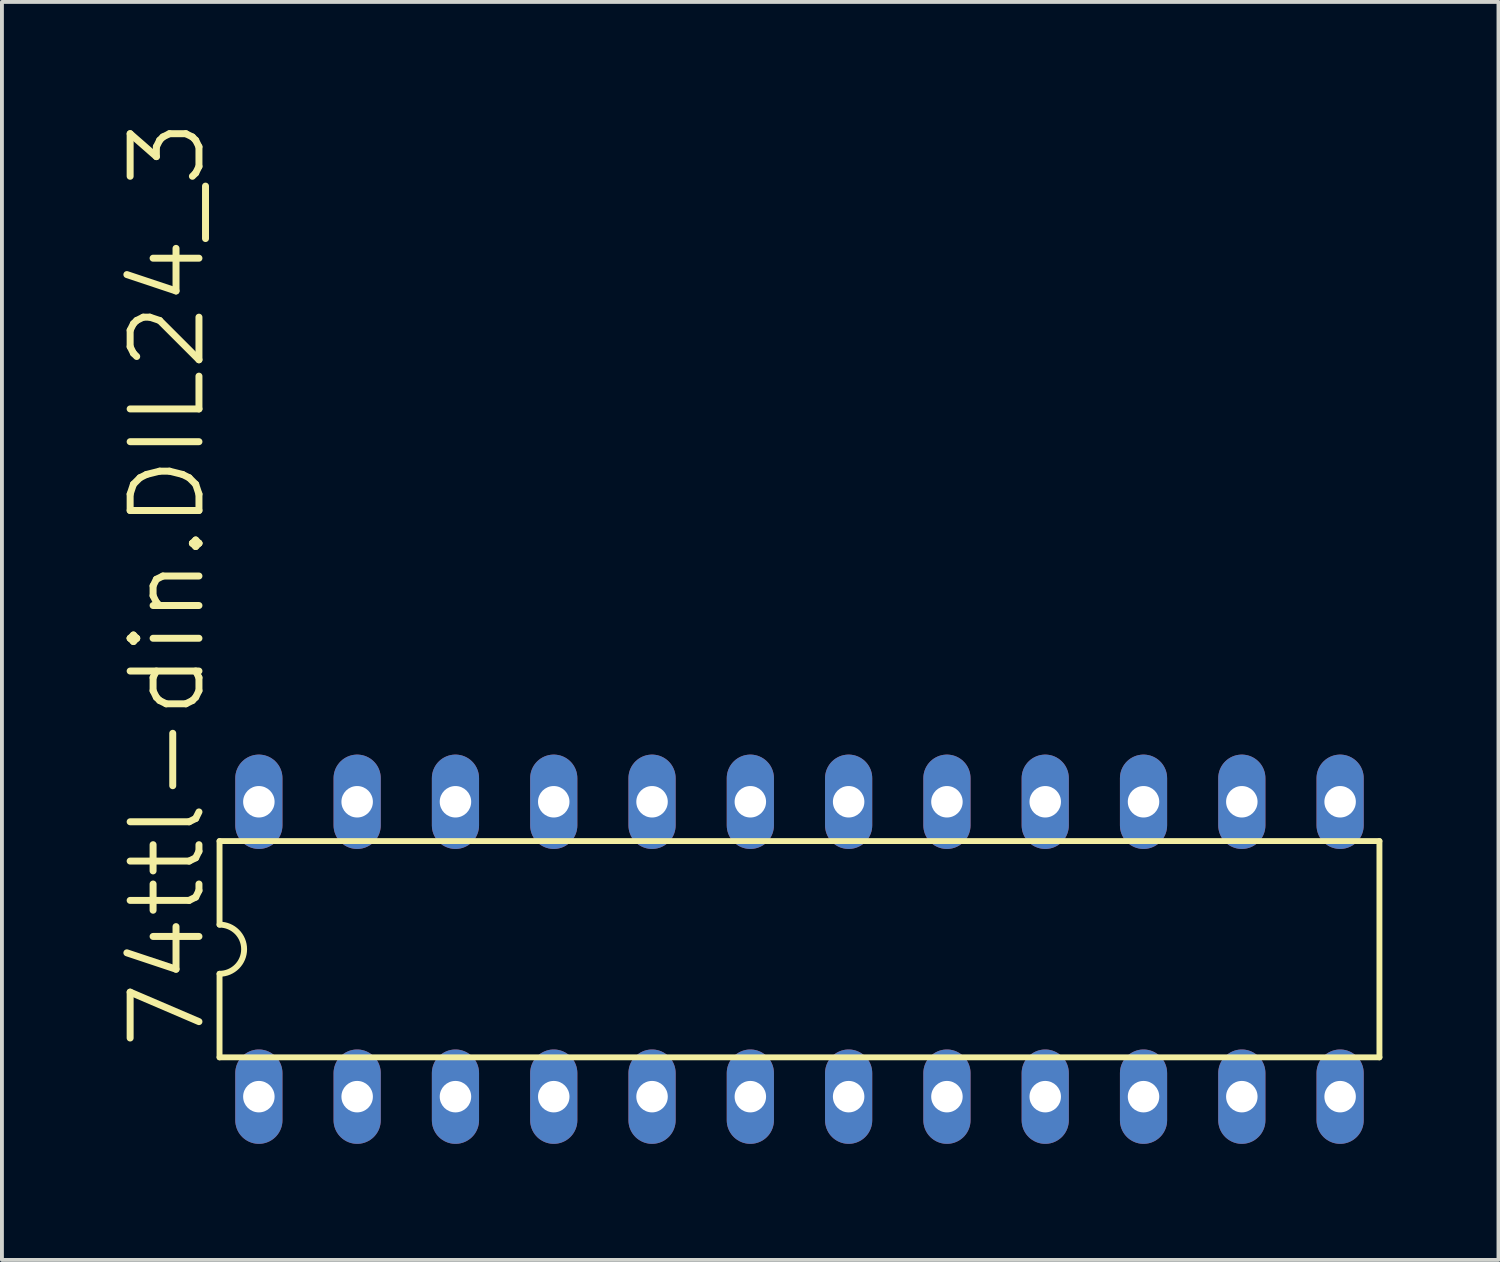
<source format=kicad_pcb>
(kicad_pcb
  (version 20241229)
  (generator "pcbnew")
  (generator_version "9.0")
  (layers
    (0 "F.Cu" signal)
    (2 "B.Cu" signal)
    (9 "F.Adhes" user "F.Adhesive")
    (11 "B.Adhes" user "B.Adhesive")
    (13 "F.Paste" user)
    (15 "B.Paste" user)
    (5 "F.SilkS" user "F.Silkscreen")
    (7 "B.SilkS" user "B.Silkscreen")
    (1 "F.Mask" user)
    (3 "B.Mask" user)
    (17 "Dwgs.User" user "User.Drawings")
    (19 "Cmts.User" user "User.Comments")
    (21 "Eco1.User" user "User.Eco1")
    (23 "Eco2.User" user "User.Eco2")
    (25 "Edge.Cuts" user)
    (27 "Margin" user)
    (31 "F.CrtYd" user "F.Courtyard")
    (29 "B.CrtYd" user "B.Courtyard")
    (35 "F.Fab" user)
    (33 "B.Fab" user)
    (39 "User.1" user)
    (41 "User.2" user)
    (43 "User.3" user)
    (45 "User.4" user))
  (footprint "74ttl-din.DIL24_3"
    (layer "F.Cu")
    (at 17.609 21.478)
    (property "Reference" "74ttl-din.DIL24_3" (at -15.291 2.667 90) (layer "F.SilkS") (effects (font (size 1.778 1.778) (thickness 0.18)) (justify left bottom)))
    (attr through_hole)
    (fp_line (start -14.986 -2.794) (end -14.986 -0.635) (stroke (width 0.152) (type default)) (layer "F.SilkS"))
    (fp_line (start -14.986 -2.794) (end 14.986 -2.794) (stroke (width 0.152) (type default)) (layer "F.SilkS"))
    (fp_line (start -14.986 0.635) (end -14.986 2.794) (stroke (width 0.152) (type default)) (layer "F.SilkS"))
    (fp_line (start -14.986 2.794) (end 14.986 2.794) (stroke (width 0.152) (type default)) (layer "F.SilkS"))
    (fp_line (start 14.986 2.794) (end 14.986 -2.794) (stroke (width 0.152) (type default)) (layer "F.SilkS"))
    (fp_arc (start -14.986 -0.635) (mid -14.351 0) (end -14.986 0.635) (stroke (width 0.1524) (type default)) (layer "F.SilkS"))
    (pad "1" thru_hole oval (at -13.97 3.81 90) (size 2.438 1.219) (drill 0.813) (layers "*.Cu" "*.Mask"))
    (pad "2" thru_hole oval (at -11.43 3.81 90) (size 2.438 1.219) (drill 0.813) (layers "*.Cu" "*.Mask"))
    (pad "3" thru_hole oval (at -8.89 3.81 90) (size 2.438 1.219) (drill 0.813) (layers "*.Cu" "*.Mask"))
    (pad "4" thru_hole oval (at -6.35 3.81 90) (size 2.438 1.219) (drill 0.813) (layers "*.Cu" "*.Mask"))
    (pad "5" thru_hole oval (at -3.81 3.81 90) (size 2.438 1.219) (drill 0.813) (layers "*.Cu" "*.Mask"))
    (pad "6" thru_hole oval (at -1.27 3.81 90) (size 2.438 1.219) (drill 0.813) (layers "*.Cu" "*.Mask"))
    (pad "7" thru_hole oval (at 1.27 3.81 90) (size 2.438 1.219) (drill 0.813) (layers "*.Cu" "*.Mask"))
    (pad "8" thru_hole oval (at 3.81 3.81 90) (size 2.438 1.219) (drill 0.813) (layers "*.Cu" "*.Mask"))
    (pad "9" thru_hole oval (at 6.35 3.81 90) (size 2.438 1.219) (drill 0.813) (layers "*.Cu" "*.Mask"))
    (pad "10" thru_hole oval (at 8.89 3.81 90) (size 2.438 1.219) (drill 0.813) (layers "*.Cu" "*.Mask"))
    (pad "11" thru_hole oval (at 11.43 3.81 90) (size 2.438 1.219) (drill 0.813) (layers "*.Cu" "*.Mask"))
    (pad "12" thru_hole oval (at 13.97 3.81 90) (size 2.438 1.219) (drill 0.813) (layers "*.Cu" "*.Mask"))
    (pad "13" thru_hole oval (at 13.97 -3.81 90) (size 2.438 1.219) (drill 0.813) (layers "*.Cu" "*.Mask"))
    (pad "14" thru_hole oval (at 11.43 -3.81 90) (size 2.438 1.219) (drill 0.813) (layers "*.Cu" "*.Mask"))
    (pad "15" thru_hole oval (at 8.89 -3.81 90) (size 2.438 1.219) (drill 0.813) (layers "*.Cu" "*.Mask"))
    (pad "16" thru_hole oval (at 6.35 -3.81 90) (size 2.438 1.219) (drill 0.813) (layers "*.Cu" "*.Mask"))
    (pad "17" thru_hole oval (at 3.81 -3.81 90) (size 2.438 1.219) (drill 0.813) (layers "*.Cu" "*.Mask"))
    (pad "18" thru_hole oval (at 1.27 -3.81 90) (size 2.438 1.219) (drill 0.813) (layers "*.Cu" "*.Mask"))
    (pad "19" thru_hole oval (at -1.27 -3.81 90) (size 2.438 1.219) (drill 0.813) (layers "*.Cu" "*.Mask"))
    (pad "20" thru_hole oval (at -3.81 -3.81 90) (size 2.438 1.219) (drill 0.813) (layers "*.Cu" "*.Mask"))
    (pad "21" thru_hole oval (at -6.35 -3.81 90) (size 2.438 1.219) (drill 0.813) (layers "*.Cu" "*.Mask"))
    (pad "22" thru_hole oval (at -8.89 -3.81 90) (size 2.438 1.219) (drill 0.813) (layers "*.Cu" "*.Mask"))
    (pad "23" thru_hole oval (at -11.43 -3.81 90) (size 2.438 1.219) (drill 0.813) (layers "*.Cu" "*.Mask"))
    (pad "24" thru_hole oval (at -13.97 -3.81 90) (size 2.438 1.219) (drill 0.813) (layers "*.Cu" "*.Mask")))
  (gr_rect
    (start -3 -3)
    (end 35.671 29.507)
    (stroke (width 0.1) (type default))
    (fill no)
    (layer "Edge.Cuts")))
</source>
